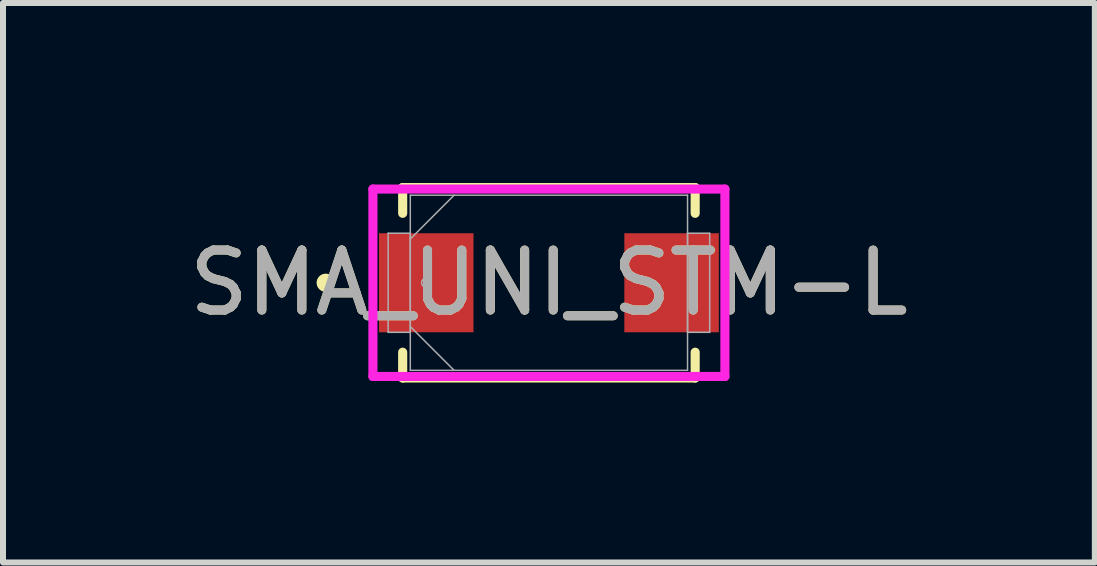
<source format=kicad_pcb>
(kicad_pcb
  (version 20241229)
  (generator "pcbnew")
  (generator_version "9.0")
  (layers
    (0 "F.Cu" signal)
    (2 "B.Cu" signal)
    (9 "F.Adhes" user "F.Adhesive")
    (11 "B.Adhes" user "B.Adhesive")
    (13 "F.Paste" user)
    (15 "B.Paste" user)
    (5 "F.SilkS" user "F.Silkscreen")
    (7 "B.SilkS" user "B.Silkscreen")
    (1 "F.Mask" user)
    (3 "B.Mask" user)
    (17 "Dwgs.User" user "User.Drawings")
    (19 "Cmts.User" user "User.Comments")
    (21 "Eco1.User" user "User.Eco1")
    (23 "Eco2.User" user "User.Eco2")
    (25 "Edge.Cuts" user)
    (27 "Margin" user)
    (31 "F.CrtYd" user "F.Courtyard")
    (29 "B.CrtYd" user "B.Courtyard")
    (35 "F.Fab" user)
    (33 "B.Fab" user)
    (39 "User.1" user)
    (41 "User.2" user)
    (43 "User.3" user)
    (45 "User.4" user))
  (footprint "SMA_UNI_STM-L"
    (layer "F.Cu")
    (at 6.101 1.664)
    (property "Reference" "SMA_UNI_STM-L" (at 0 0 0) (unlocked yes) (layer "F.SilkS") (effects (font (size 1 1) (thickness 0.15))))
    (attr smd)
    (fp_line (start -2.438 -1.587) (end -2.438 -1.158) (stroke (width 0.152) (type solid)) (layer "F.SilkS"))
    (fp_line (start -2.438 1.158) (end -2.438 1.587) (stroke (width 0.152) (type solid)) (layer "F.SilkS"))
    (fp_line (start -2.438 1.587) (end 2.438 1.587) (stroke (width 0.152) (type solid)) (layer "F.SilkS"))
    (fp_line (start 2.438 -1.587) (end -2.438 -1.587) (stroke (width 0.152) (type solid)) (layer "F.SilkS"))
    (fp_line (start 2.438 -1.158) (end 2.438 -1.587) (stroke (width 0.152) (type solid)) (layer "F.SilkS"))
    (fp_line (start 2.438 1.587) (end 2.438 1.158) (stroke (width 0.152) (type solid)) (layer "F.SilkS"))
    (fp_circle (center -3.721 0) (end -3.645 0) (stroke (width 0.152) (type solid)) (fill no) (layer "F.SilkS"))
    (fp_line (start -2.934 -1.562) (end 2.934 -1.562) (stroke (width 0.152) (type solid)) (layer "F.CrtYd"))
    (fp_line (start -2.934 1.562) (end -2.934 -1.562) (stroke (width 0.152) (type solid)) (layer "F.CrtYd"))
    (fp_line (start 2.934 -1.562) (end 2.934 1.562) (stroke (width 0.152) (type solid)) (layer "F.CrtYd"))
    (fp_line (start 2.934 1.562) (end -2.934 1.562) (stroke (width 0.152) (type solid)) (layer "F.CrtYd"))
    (fp_line (start -2.68 -0.826) (end -2.68 0.826) (stroke (width 0.025) (type solid)) (layer "F.Fab"))
    (fp_line (start -2.68 0.826) (end -2.311 0.826) (stroke (width 0.025) (type solid)) (layer "F.Fab"))
    (fp_line (start -2.311 -1.46) (end -2.311 1.46) (stroke (width 0.025) (type solid)) (layer "F.Fab"))
    (fp_line (start -2.311 -0.826) (end -2.68 -0.826) (stroke (width 0.025) (type solid)) (layer "F.Fab"))
    (fp_line (start -2.311 -0.73) (end -1.581 -1.46) (stroke (width 0.025) (type solid)) (layer "F.Fab"))
    (fp_line (start -2.311 0.73) (end -1.581 1.46) (stroke (width 0.025) (type solid)) (layer "F.Fab"))
    (fp_line (start -2.311 0.826) (end -2.311 -0.826) (stroke (width 0.025) (type solid)) (layer "F.Fab"))
    (fp_line (start -2.311 1.46) (end 2.311 1.46) (stroke (width 0.025) (type solid)) (layer "F.Fab"))
    (fp_line (start 2.311 -1.46) (end -2.311 -1.46) (stroke (width 0.025) (type solid)) (layer "F.Fab"))
    (fp_line (start 2.311 -0.826) (end 2.311 0.826) (stroke (width 0.025) (type solid)) (layer "F.Fab"))
    (fp_line (start 2.311 0.826) (end 2.68 0.826) (stroke (width 0.025) (type solid)) (layer "F.Fab"))
    (fp_line (start 2.311 1.46) (end 2.311 -1.46) (stroke (width 0.025) (type solid)) (layer "F.Fab"))
    (fp_line (start 2.68 -0.826) (end 2.311 -0.826) (stroke (width 0.025) (type solid)) (layer "F.Fab"))
    (fp_line (start 2.68 0.826) (end 2.68 -0.826) (stroke (width 0.025) (type solid)) (layer "F.Fab"))
    (fp_circle (center -2.045 0) (end -1.968 0) (stroke (width 0.025) (type solid)) (fill no) (layer "F.Fab"))
    (fp_text user "${REFERENCE}" (at 0 0 0) (unlocked yes) (layer "F.Fab") (effects (font (size 1 1) (thickness 0.15))))
    (pad "1" smd rect (at -2.045 0) (size 1.575 1.651) (layers "F.Cu" "F.Mask" "F.Paste"))
    (pad "2" smd rect (at 2.045 0) (size 1.575 1.651) (layers "F.Cu" "F.Mask" "F.Paste"))
    (zone (net_name "") (layer "F.Cu") (hatch full 0.508) (connect_pads) (min_thickness 0.254) (filled_areas_thickness no) (keepout (tracks not_allowed) (vias not_allowed) (pads allowed) (copperpour not_allowed) (footprints allowed)) (placement (enabled no)) (fill) (polygon (pts (xy 4.895 0.254) (xy 7.308 0.254) (xy 7.308 3.073) (xy 4.895 3.073)))))
  (gr_rect
    (start -3 -3)
    (end 15.202 6.327)
    (stroke (width 0.1) (type default))
    (fill no)
    (layer "Edge.Cuts")))
</source>
